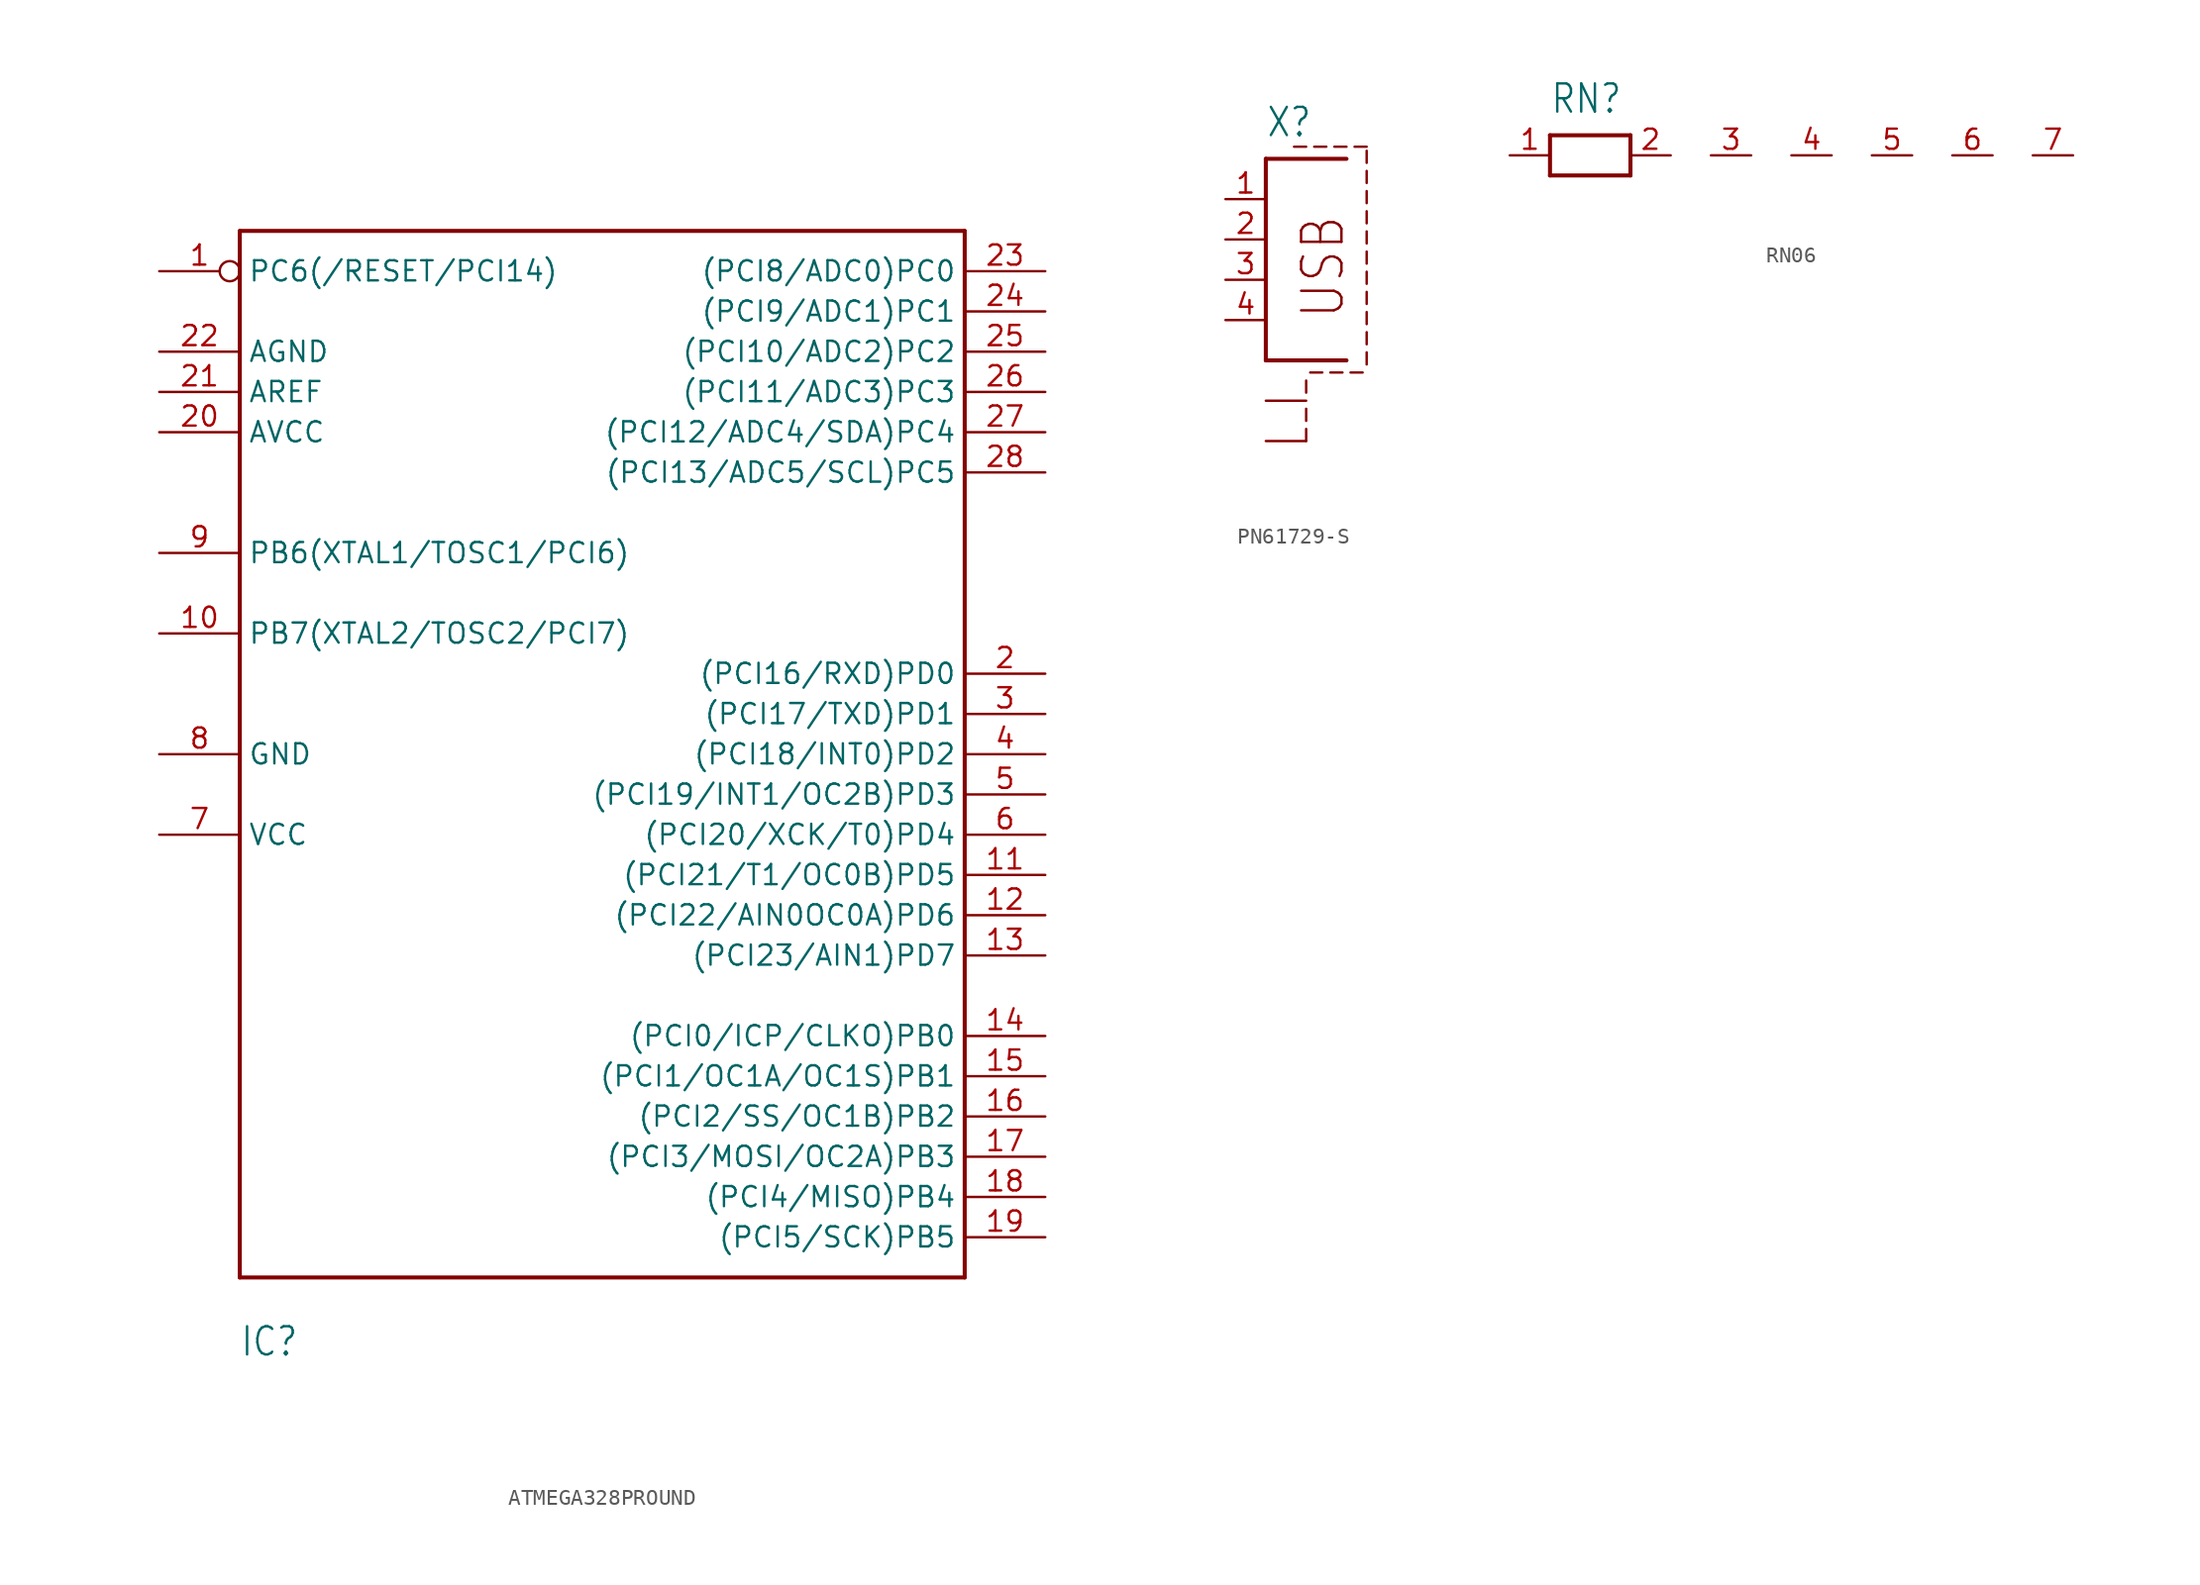
<source format=kicad_sym>
(kicad_symbol_lib
  (version 20231120)
  (generator "kicad_symbol_editor")
  (generator_version "8.0")
  (symbol "ATMEGA328PROUND"
    (property "Reference" "IC"
      (at -17.78 -40.64 0)
      (effects (font (size 1.778 1.511)) (justify left bottom)))
    (property "Value" ""
      (at -5.08 33.02 0)
      (effects (font (size 1.778 1.511)) (justify left bottom)))
    (property "ki_locked" ""
      (at 0 0 0)
      (effects (font (size 1.27 1.27))))
    (symbol "ATMEGA328PROUND_1_0"
      (polyline (pts (xy -17.78 -35.56) (xy -17.78 30.48)) (stroke (width 0.254) (type solid)) (fill (type none)))
      (polyline (pts (xy -17.78 30.48) (xy 27.94 30.48)) (stroke (width 0.254) (type solid)) (fill (type none)))
      (polyline (pts (xy 27.94 -35.56) (xy -17.78 -35.56)) (stroke (width 0.254) (type solid)) (fill (type none)))
      (polyline (pts (xy 27.94 30.48) (xy 27.94 -35.56)) (stroke (width 0.254) (type solid)) (fill (type none)))
      (pin bidirectional inverted (at -22.86 27.94 0) (length 5.08) (name "PC6(/RESET/PCI14)" (effects (font (size 1.27 1.27)))) (number "1" (effects (font (size 1.27 1.27)))))
      (pin bidirectional line (at -22.86 5.08 0) (length 5.08) (name "PB7(XTAL2/TOSC2/PCI7)" (effects (font (size 1.27 1.27)))) (number "10" (effects (font (size 1.27 1.27)))))
      (pin bidirectional line (at 33.02 -10.16 180) (length 5.08) (name "(PCI21/T1/OC0B)PD5" (effects (font (size 1.27 1.27)))) (number "11" (effects (font (size 1.27 1.27)))))
      (pin bidirectional line (at 33.02 -12.7 180) (length 5.08) (name "(PCI22/AIN0OC0A)PD6" (effects (font (size 1.27 1.27)))) (number "12" (effects (font (size 1.27 1.27)))))
      (pin bidirectional line (at 33.02 -15.24 180) (length 5.08) (name "(PCI23/AIN1)PD7" (effects (font (size 1.27 1.27)))) (number "13" (effects (font (size 1.27 1.27)))))
      (pin bidirectional line (at 33.02 -20.32 180) (length 5.08) (name "(PCI0/ICP/CLKO)PB0" (effects (font (size 1.27 1.27)))) (number "14" (effects (font (size 1.27 1.27)))))
      (pin bidirectional line (at 33.02 -22.86 180) (length 5.08) (name "(PCI1/OC1A/OC1S)PB1" (effects (font (size 1.27 1.27)))) (number "15" (effects (font (size 1.27 1.27)))))
      (pin bidirectional line (at 33.02 -25.4 180) (length 5.08) (name "(PCI2/SS/OC1B)PB2" (effects (font (size 1.27 1.27)))) (number "16" (effects (font (size 1.27 1.27)))))
      (pin bidirectional line (at 33.02 -27.94 180) (length 5.08) (name "(PCI3/MOSI/OC2A)PB3" (effects (font (size 1.27 1.27)))) (number "17" (effects (font (size 1.27 1.27)))))
      (pin bidirectional line (at 33.02 -30.48 180) (length 5.08) (name "(PCI4/MISO)PB4" (effects (font (size 1.27 1.27)))) (number "18" (effects (font (size 1.27 1.27)))))
      (pin bidirectional line (at 33.02 -33.02 180) (length 5.08) (name "(PCI5/SCK)PB5" (effects (font (size 1.27 1.27)))) (number "19" (effects (font (size 1.27 1.27)))))
      (pin bidirectional line (at 33.02 2.54 180) (length 5.08) (name "(PCI16/RXD)PD0" (effects (font (size 1.27 1.27)))) (number "2" (effects (font (size 1.27 1.27)))))
      (pin bidirectional line (at -22.86 17.78 0) (length 5.08) (name "AVCC" (effects (font (size 1.27 1.27)))) (number "20" (effects (font (size 1.27 1.27)))))
      (pin bidirectional line (at -22.86 20.32 0) (length 5.08) (name "AREF" (effects (font (size 1.27 1.27)))) (number "21" (effects (font (size 1.27 1.27)))))
      (pin bidirectional line (at -22.86 22.86 0) (length 5.08) (name "AGND" (effects (font (size 1.27 1.27)))) (number "22" (effects (font (size 1.27 1.27)))))
      (pin bidirectional line (at 33.02 27.94 180) (length 5.08) (name "(PCI8/ADC0)PC0" (effects (font (size 1.27 1.27)))) (number "23" (effects (font (size 1.27 1.27)))))
      (pin bidirectional line (at 33.02 25.4 180) (length 5.08) (name "(PCI9/ADC1)PC1" (effects (font (size 1.27 1.27)))) (number "24" (effects (font (size 1.27 1.27)))))
      (pin bidirectional line (at 33.02 22.86 180) (length 5.08) (name "(PCI10/ADC2)PC2" (effects (font (size 1.27 1.27)))) (number "25" (effects (font (size 1.27 1.27)))))
      (pin bidirectional line (at 33.02 20.32 180) (length 5.08) (name "(PCI11/ADC3)PC3" (effects (font (size 1.27 1.27)))) (number "26" (effects (font (size 1.27 1.27)))))
      (pin bidirectional line (at 33.02 17.78 180) (length 5.08) (name "(PCI12/ADC4/SDA)PC4" (effects (font (size 1.27 1.27)))) (number "27" (effects (font (size 1.27 1.27)))))
      (pin bidirectional line (at 33.02 15.24 180) (length 5.08) (name "(PCI13/ADC5/SCL)PC5" (effects (font (size 1.27 1.27)))) (number "28" (effects (font (size 1.27 1.27)))))
      (pin bidirectional line (at 33.02 0 180) (length 5.08) (name "(PCI17/TXD)PD1" (effects (font (size 1.27 1.27)))) (number "3" (effects (font (size 1.27 1.27)))))
      (pin bidirectional line (at 33.02 -2.54 180) (length 5.08) (name "(PCI18/INT0)PD2" (effects (font (size 1.27 1.27)))) (number "4" (effects (font (size 1.27 1.27)))))
      (pin bidirectional line (at 33.02 -5.08 180) (length 5.08) (name "(PCI19/INT1/OC2B)PD3" (effects (font (size 1.27 1.27)))) (number "5" (effects (font (size 1.27 1.27)))))
      (pin bidirectional line (at 33.02 -7.62 180) (length 5.08) (name "(PCI20/XCK/T0)PD4" (effects (font (size 1.27 1.27)))) (number "6" (effects (font (size 1.27 1.27)))))
      (pin bidirectional line (at -22.86 -7.62 0) (length 5.08) (name "VCC" (effects (font (size 1.27 1.27)))) (number "7" (effects (font (size 1.27 1.27)))))
      (pin bidirectional line (at -22.86 -2.54 0) (length 5.08) (name "GND" (effects (font (size 1.27 1.27)))) (number "8" (effects (font (size 1.27 1.27)))))
      (pin bidirectional line (at -22.86 10.16 0) (length 5.08) (name "PB6(XTAL1/TOSC1/PCI6)" (effects (font (size 1.27 1.27)))) (number "9" (effects (font (size 1.27 1.27)))))))
  (symbol "PN61729-S"
    (property "Reference" "X"
      (at 0 8.89 0)
      (effects (font (size 1.778 1.511)) (justify left bottom)))
    (property "Value" ""
      (at 0 -12.7 0)
      (effects (font (size 1.778 1.511)) (justify left bottom)))
    (property "ki_locked" ""
      (at 0 0 0)
      (effects (font (size 1.27 1.27))))
    (symbol "PN61729-S_1_0"
      (polyline (pts (xy 0 -5.08) (xy 5.08 -5.08)) (stroke (width 0.254) (type solid)) (fill (type none)))
      (polyline (pts (xy 0 7.62) (xy 0 -5.08)) (stroke (width 0.254) (type solid)) (fill (type none)))
      (polyline (pts (xy 0 7.62) (xy 5.08 7.62)) (stroke (width 0.254) (type solid)) (fill (type none)))
      (polyline (pts (xy 2.54 -10.16) (xy 2.54 -9.398)) (stroke (width 0.152) (type solid)) (fill (type none)))
      (polyline (pts (xy 2.54 -8.89) (xy 2.54 -8.128)) (stroke (width 0.152) (type solid)) (fill (type none)))
      (polyline (pts (xy 2.54 -7.112) (xy 2.54 -6.35)) (stroke (width 0.152) (type solid)) (fill (type none)))
      (polyline (pts (xy 2.54 8.382) (xy 1.778 8.382)) (stroke (width 0.152) (type solid)) (fill (type none)))
      (polyline (pts (xy 3.556 -5.842) (xy 2.794 -5.842)) (stroke (width 0.152) (type solid)) (fill (type none)))
      (polyline (pts (xy 3.81 8.382) (xy 3.048 8.382)) (stroke (width 0.152) (type solid)) (fill (type none)))
      (polyline (pts (xy 4.826 -5.842) (xy 4.064 -5.842)) (stroke (width 0.152) (type solid)) (fill (type none)))
      (polyline (pts (xy 5.08 8.382) (xy 4.318 8.382)) (stroke (width 0.152) (type solid)) (fill (type none)))
      (polyline (pts (xy 6.096 -5.842) (xy 5.334 -5.842)) (stroke (width 0.152) (type solid)) (fill (type none)))
      (polyline (pts (xy 6.35 -5.334) (xy 6.35 -4.572)) (stroke (width 0.152) (type solid)) (fill (type none)))
      (polyline (pts (xy 6.35 -4.064) (xy 6.35 -3.302)) (stroke (width 0.152) (type solid)) (fill (type none)))
      (polyline (pts (xy 6.35 -2.794) (xy 6.35 -2.032)) (stroke (width 0.152) (type solid)) (fill (type none)))
      (polyline (pts (xy 6.35 -1.524) (xy 6.35 -0.762)) (stroke (width 0.152) (type solid)) (fill (type none)))
      (polyline (pts (xy 6.35 -0.254) (xy 6.35 0.508)) (stroke (width 0.152) (type solid)) (fill (type none)))
      (polyline (pts (xy 6.35 1.016) (xy 6.35 1.778)) (stroke (width 0.152) (type solid)) (fill (type none)))
      (polyline (pts (xy 6.35 2.286) (xy 6.35 3.048)) (stroke (width 0.152) (type solid)) (fill (type none)))
      (polyline (pts (xy 6.35 3.556) (xy 6.35 4.318)) (stroke (width 0.152) (type solid)) (fill (type none)))
      (polyline (pts (xy 6.35 4.826) (xy 6.35 5.588)) (stroke (width 0.152) (type solid)) (fill (type none)))
      (polyline (pts (xy 6.35 6.096) (xy 6.35 6.858)) (stroke (width 0.152) (type solid)) (fill (type none)))
      (polyline (pts (xy 6.35 7.366) (xy 6.35 8.128)) (stroke (width 0.152) (type solid)) (fill (type none)))
      (polyline (pts (xy 6.35 8.382) (xy 5.588 8.382)) (stroke (width 0.152) (type solid)) (fill (type none)))
      (text "USB" (at 5.08 -2.54 900) (effects (font (size 2.54 2.159)) (justify left bottom)))
      (pin passive line (at -2.54 5.08 0) (length 2.54) (name "1" (effects (font (size 0 0)))) (number "1" (effects (font (size 1.27 1.27)))))
      (pin passive line (at -2.54 2.54 0) (length 2.54) (name "2" (effects (font (size 0 0)))) (number "2" (effects (font (size 1.27 1.27)))))
      (pin passive line (at -2.54 0 0) (length 2.54) (name "3" (effects (font (size 0 0)))) (number "3" (effects (font (size 1.27 1.27)))))
      (pin passive line (at -2.54 -2.54 0) (length 2.54) (name "4" (effects (font (size 0 0)))) (number "4" (effects (font (size 1.27 1.27)))))
      (pin passive line (at 0 -7.62 0) (length 2.54) (name "S1" (effects (font (size 0 0)))) (number "S1" (effects (font (size 0 0)))))
      (pin passive line (at 0 -10.16 0) (length 2.54) (name "S2" (effects (font (size 0 0)))) (number "S2" (effects (font (size 0 0)))))))
  (symbol "RN06"
    (property "Reference" "RN"
      (at -2.54 2.54 0)
      (effects (font (size 1.778 1.511)) (justify left bottom)))
    (property "Value" ""
      (at -2.54 -4.318 0)
      (effects (font (size 1.778 1.511)) (justify left bottom)))
    (property "ki_locked" ""
      (at 0 0 0)
      (effects (font (size 1.27 1.27))))
    (symbol "RN06_1_0"
      (polyline (pts (xy -2.54 -1.27) (xy 2.54 -1.27)) (stroke (width 0.254) (type solid)) (fill (type none)))
      (polyline (pts (xy -2.54 1.27) (xy -2.54 -1.27)) (stroke (width 0.254) (type solid)) (fill (type none)))
      (polyline (pts (xy 2.54 -1.27) (xy 2.54 1.27)) (stroke (width 0.254) (type solid)) (fill (type none)))
      (polyline (pts (xy 2.54 1.27) (xy -2.54 1.27)) (stroke (width 0.254) (type solid)) (fill (type none)))
      (pin passive line (at -5.08 0 0) (length 2.54) (name "1" (effects (font (size 0 0)))) (number "1" (effects (font (size 1.27 1.27)))))
      (pin passive line (at 5.08 0 180) (length 2.54) (name "2" (effects (font (size 0 0)))) (number "2" (effects (font (size 1.27 1.27)))))
      (pin passive line (at 10.16 0 180) (length 2.54) (name "3" (effects (font (size 0 0)))) (number "3" (effects (font (size 1.27 1.27)))))
      (pin passive line (at 15.24 0 180) (length 2.54) (name "4" (effects (font (size 0 0)))) (number "4" (effects (font (size 1.27 1.27)))))
      (pin passive line (at 20.32 0 180) (length 2.54) (name "5" (effects (font (size 0 0)))) (number "5" (effects (font (size 1.27 1.27)))))
      (pin passive line (at 25.4 0 180) (length 2.54) (name "6" (effects (font (size 0 0)))) (number "6" (effects (font (size 1.27 1.27)))))
      (pin passive line (at 30.48 0 180) (length 2.54) (name "7" (effects (font (size 0 0)))) (number "7" (effects (font (size 1.27 1.27))))))))
</source>
